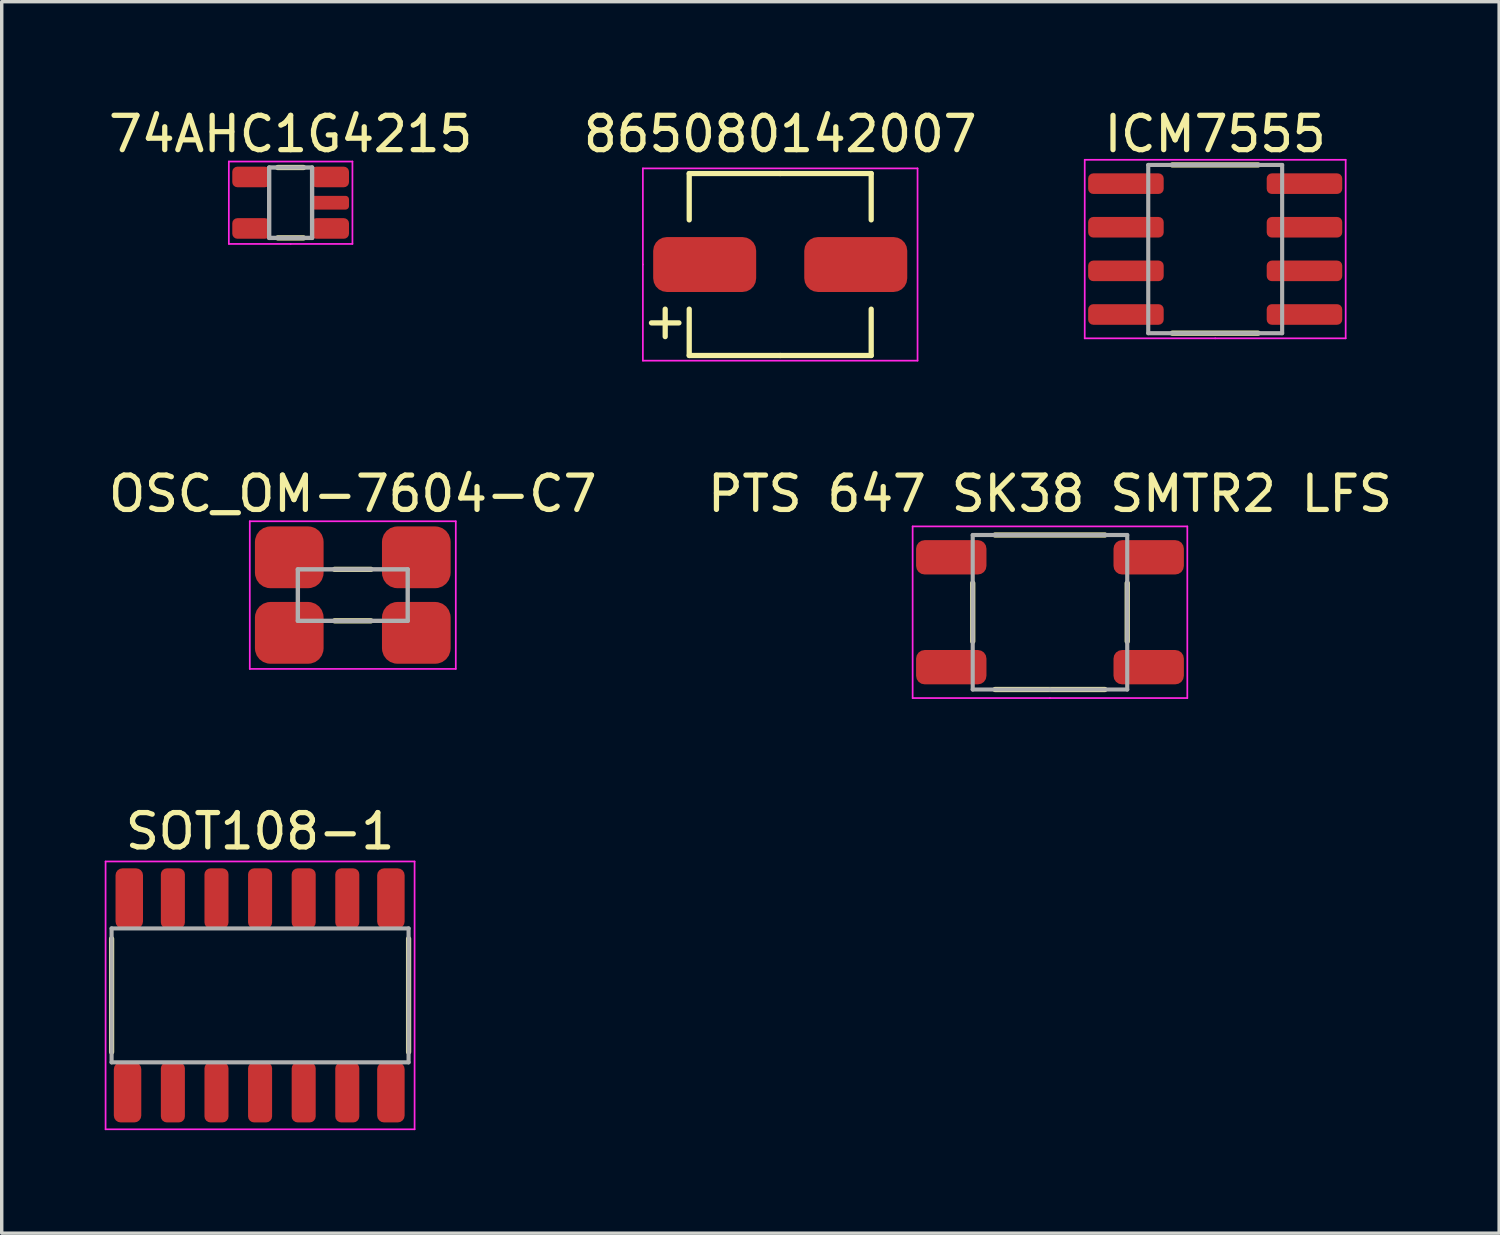
<source format=kicad_pcb>
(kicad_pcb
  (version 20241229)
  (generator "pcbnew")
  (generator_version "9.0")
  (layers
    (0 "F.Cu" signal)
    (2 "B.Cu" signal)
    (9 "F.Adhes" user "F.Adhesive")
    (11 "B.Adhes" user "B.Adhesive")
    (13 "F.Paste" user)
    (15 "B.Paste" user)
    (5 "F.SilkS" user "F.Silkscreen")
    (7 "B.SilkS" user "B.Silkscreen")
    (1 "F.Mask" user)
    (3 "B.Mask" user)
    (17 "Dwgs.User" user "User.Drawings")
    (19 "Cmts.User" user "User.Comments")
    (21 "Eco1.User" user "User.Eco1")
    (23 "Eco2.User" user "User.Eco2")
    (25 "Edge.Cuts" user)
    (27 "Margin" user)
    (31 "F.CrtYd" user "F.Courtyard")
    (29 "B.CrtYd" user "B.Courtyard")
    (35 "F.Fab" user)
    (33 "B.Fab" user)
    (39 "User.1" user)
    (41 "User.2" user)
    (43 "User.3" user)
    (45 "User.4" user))
  (footprint "74AHC1G4215"
    (layer "F.Cu")
    (at 5.415 2.854)
    (property "Reference" "74AHC1G4215" (at 0 -2 0) (layer "F.SilkS") (effects (font (size 1 1) (thickness 0.153))))
    (attr through_hole)
    (fp_line (start -0.375 -1.025) (end 0.375 -1.025) (stroke (width 0.153) (type solid)) (layer "F.SilkS"))
    (fp_line (start -0.375 1.025) (end 0.375 1.025) (stroke (width 0.153) (type solid)) (layer "F.SilkS"))
    (fp_line (start -1.8 -1.2) (end -1.8 1.2) (stroke (width 0.05) (type solid)) (layer "F.CrtYd"))
    (fp_line (start -1.8 1.2) (end 0 1.2) (stroke (width 0.05) (type solid)) (layer "F.CrtYd"))
    (fp_line (start 0 1.2) (end 1.8 1.2) (stroke (width 0.05) (type solid)) (layer "F.CrtYd"))
    (fp_line (start 1.8 -1.2) (end -1.8 -1.2) (stroke (width 0.05) (type solid)) (layer "F.CrtYd"))
    (fp_line (start 1.8 1.2) (end 1.8 -1.2) (stroke (width 0.05) (type solid)) (layer "F.CrtYd"))
    (fp_line (start -0.625 -1.025) (end -0.625 1.025) (stroke (width 0.127) (type solid)) (layer "F.Fab"))
    (fp_line (start -0.625 1.025) (end 0.625 1.025) (stroke (width 0.127) (type solid)) (layer "F.Fab"))
    (fp_line (start 0.625 -1.025) (end -0.625 -1.025) (stroke (width 0.127) (type solid)) (layer "F.Fab"))
    (fp_line (start 0.625 1.025) (end 0.625 -1.025) (stroke (width 0.127) (type solid)) (layer "F.Fab"))
    (pad "1" smd roundrect (at 1.15 0.75) (size 1.1 0.6) (layers "F.Cu" "F.Mask" "F.Paste") (roundrect_rratio 0.25))
    (pad "2" smd roundrect (at 1.15 0) (size 1.1 0.4) (layers "F.Cu" "F.Mask" "F.Paste") (roundrect_rratio 0.25))
    (pad "3" smd roundrect (at 1.15 -0.75) (size 1.1 0.6) (layers "F.Cu" "F.Mask" "F.Paste") (roundrect_rratio 0.25))
    (pad "4" smd roundrect (at -1.15 -0.75) (size 1.1 0.6) (layers "F.Cu" "F.Mask" "F.Paste") (roundrect_rratio 0.25))
    (pad "5" smd roundrect (at -1.15 0.75) (size 1.1 0.6) (layers "F.Cu" "F.Mask" "F.Paste") (roundrect_rratio 0.25)))
  (footprint "SOT108-1"
    (layer "F.Cu")
    (at 4.525 25.941)
    (property "Reference" "SOT108-1" (at 0 -4.78 0) (layer "F.SilkS") (effects (font (size 1 1) (thickness 0.153))))
    (attr through_hole)
    (fp_line (start -4.325 -1.65) (end -4.325 1.65) (stroke (width 0.153) (type solid)) (layer "F.SilkS"))
    (fp_line (start 4.325 -1.65) (end 4.325 1.65) (stroke (width 0.153) (type solid)) (layer "F.SilkS"))
    (fp_line (start -4.5 -3.9) (end -4.5 3.9) (stroke (width 0.05) (type solid)) (layer "F.CrtYd"))
    (fp_line (start -4.5 3.9) (end 4.5 3.9) (stroke (width 0.05) (type solid)) (layer "F.CrtYd"))
    (fp_line (start 4.5 -3.9) (end -4.5 -3.9) (stroke (width 0.05) (type solid)) (layer "F.CrtYd"))
    (fp_line (start 4.5 3.9) (end 4.5 -3.9) (stroke (width 0.05) (type solid)) (layer "F.CrtYd"))
    (fp_line (start -4.325 -1.95) (end -4.325 1.95) (stroke (width 0.12) (type solid)) (layer "F.Fab"))
    (fp_line (start -4.325 1.95) (end 4.325 1.95) (stroke (width 0.12) (type solid)) (layer "F.Fab"))
    (fp_line (start 4.325 -1.95) (end -4.325 -1.95) (stroke (width 0.12) (type solid)) (layer "F.Fab"))
    (fp_line (start 4.325 1.95) (end 4.325 -1.95) (stroke (width 0.12) (type solid)) (layer "F.Fab"))
    (pad "1" smd roundrect (at -3.86 2.825) (size 0.8 1.75) (layers "F.Cu" "F.Mask" "F.Paste") (roundrect_rratio 0.25))
    (pad "2" smd roundrect (at -2.54 2.825) (size 0.7 1.75) (layers "F.Cu" "F.Mask" "F.Paste") (roundrect_rratio 0.25))
    (pad "3" smd roundrect (at -1.27 2.825) (size 0.7 1.75) (layers "F.Cu" "F.Mask" "F.Paste") (roundrect_rratio 0.25))
    (pad "4" smd roundrect (at 0 2.825) (size 0.7 1.75) (layers "F.Cu" "F.Mask" "F.Paste") (roundrect_rratio 0.25))
    (pad "5" smd roundrect (at 1.27 2.825) (size 0.7 1.75) (layers "F.Cu" "F.Mask" "F.Paste") (roundrect_rratio 0.25))
    (pad "6" smd roundrect (at 2.54 2.825) (size 0.7 1.75) (layers "F.Cu" "F.Mask" "F.Paste") (roundrect_rratio 0.25))
    (pad "7" smd roundrect (at 3.81 2.825) (size 0.8 1.75) (layers "F.Cu" "F.Mask" "F.Paste") (roundrect_rratio 0.25))
    (pad "8" smd roundrect (at 3.81 -2.825) (size 0.8 1.75) (layers "F.Cu" "F.Mask" "F.Paste") (roundrect_rratio 0.25))
    (pad "9" smd roundrect (at 2.54 -2.825) (size 0.7 1.75) (layers "F.Cu" "F.Mask" "F.Paste") (roundrect_rratio 0.25))
    (pad "10" smd roundrect (at 1.27 -2.825) (size 0.7 1.75) (layers "F.Cu" "F.Mask" "F.Paste") (roundrect_rratio 0.25))
    (pad "11" smd roundrect (at 0 -2.825) (size 0.7 1.75) (layers "F.Cu" "F.Mask" "F.Paste") (roundrect_rratio 0.25))
    (pad "12" smd roundrect (at -1.27 -2.825) (size 0.7 1.75) (layers "F.Cu" "F.Mask" "F.Paste") (roundrect_rratio 0.25))
    (pad "13" smd roundrect (at -2.54 -2.825) (size 0.7 1.75) (layers "F.Cu" "F.Mask" "F.Paste") (roundrect_rratio 0.25))
    (pad "14" smd roundrect (at -3.81 -2.825) (size 0.8 1.75) (layers "F.Cu" "F.Mask" "F.Paste") (roundrect_rratio 0.25)))
  (footprint "865080142007"
    (layer "F.Cu")
    (at 19.674 4.654)
    (property "Reference" "865080142007" (at 0 -3.8 0) (layer "F.SilkS") (effects (font (size 1 1) (thickness 0.153))))
    (attr through_hole)
    (fp_line (start -3.75 1.7) (end -2.95 1.7) (stroke (width 0.153) (type solid)) (layer "F.SilkS"))
    (fp_line (start -3.35 1.3) (end -3.35 2.1) (stroke (width 0.153) (type solid)) (layer "F.SilkS"))
    (fp_line (start -2.65 -2.65) (end -2.65 -1.3) (stroke (width 0.153) (type solid)) (layer "F.SilkS"))
    (fp_line (start -2.65 2.65) (end -2.65 1.3) (stroke (width 0.153) (type solid)) (layer "F.SilkS"))
    (fp_line (start 0 -2.65) (end -2.65 -2.65) (stroke (width 0.153) (type solid)) (layer "F.SilkS"))
    (fp_line (start 0 -2.65) (end 2.65 -2.65) (stroke (width 0.153) (type solid)) (layer "F.SilkS"))
    (fp_line (start 0 2.65) (end -2.65 2.65) (stroke (width 0.153) (type solid)) (layer "F.SilkS"))
    (fp_line (start 0 2.65) (end 2.65 2.65) (stroke (width 0.153) (type solid)) (layer "F.SilkS"))
    (fp_line (start 2.65 -2.65) (end 2.65 -1.3) (stroke (width 0.153) (type solid)) (layer "F.SilkS"))
    (fp_line (start 2.65 2.65) (end 2.65 1.3) (stroke (width 0.153) (type solid)) (layer "F.SilkS"))
    (fp_line (start -4 -2.8) (end -4 0) (stroke (width 0.05) (type solid)) (layer "F.CrtYd"))
    (fp_line (start -4 0) (end -4 2.8) (stroke (width 0.05) (type solid)) (layer "F.CrtYd"))
    (fp_line (start -4 2.8) (end 4 2.8) (stroke (width 0.05) (type solid)) (layer "F.CrtYd"))
    (fp_line (start 4 -2.8) (end -4 -2.8) (stroke (width 0.05) (type solid)) (layer "F.CrtYd"))
    (fp_line (start 4 2.8) (end 4 -2.8) (stroke (width 0.05) (type solid)) (layer "F.CrtYd"))
    (pad "1" smd roundrect (at -2.2 0) (size 3 1.6) (layers "F.Cu" "F.Mask" "F.Paste") (roundrect_rratio 0.25))
    (pad "2" smd roundrect (at 2.2 0) (size 3 1.6) (layers "F.Cu" "F.Mask" "F.Paste") (roundrect_rratio 0.25)))
  (footprint "ICM7555"
    (layer "F.Cu")
    (at 32.343 4.204)
    (property "Reference" "ICM7555" (at 0 -3.35 0) (layer "F.SilkS") (effects (font (size 1 1) (thickness 0.153))))
    (attr through_hole)
    (fp_line (start -1.25 -2.45) (end 1.25 -2.45) (stroke (width 0.153) (type solid)) (layer "F.SilkS"))
    (fp_line (start -1.25 2.45) (end 1.25 2.45) (stroke (width 0.153) (type solid)) (layer "F.SilkS"))
    (fp_line (start -3.8 -2.6) (end -3.8 2.6) (stroke (width 0.05) (type solid)) (layer "F.CrtYd"))
    (fp_line (start -3.8 2.6) (end 0 2.6) (stroke (width 0.05) (type solid)) (layer "F.CrtYd"))
    (fp_line (start 0 2.6) (end 3.8 2.6) (stroke (width 0.05) (type solid)) (layer "F.CrtYd"))
    (fp_line (start 3.8 -2.6) (end -3.8 -2.6) (stroke (width 0.05) (type solid)) (layer "F.CrtYd"))
    (fp_line (start 3.8 2.6) (end 3.8 -2.6) (stroke (width 0.05) (type solid)) (layer "F.CrtYd"))
    (fp_line (start -1.95 -2.45) (end -1.95 2.45) (stroke (width 0.12) (type solid)) (layer "F.Fab"))
    (fp_line (start -1.95 2.45) (end 1.95 2.45) (stroke (width 0.12) (type solid)) (layer "F.Fab"))
    (fp_line (start 1.95 -2.45) (end -1.95 -2.45) (stroke (width 0.12) (type solid)) (layer "F.Fab"))
    (fp_line (start 1.95 2.45) (end 1.95 -2.45) (stroke (width 0.12) (type solid)) (layer "F.Fab"))
    (pad "1" smd roundrect (at -2.6 -1.905) (size 2.2 0.6) (layers "F.Cu" "F.Mask" "F.Paste") (roundrect_rratio 0.25))
    (pad "2" smd roundrect (at -2.6 -0.635) (size 2.2 0.6) (layers "F.Cu" "F.Mask" "F.Paste") (roundrect_rratio 0.25))
    (pad "3" smd roundrect (at -2.6 0.635) (size 2.2 0.6) (layers "F.Cu" "F.Mask" "F.Paste") (roundrect_rratio 0.25))
    (pad "4" smd roundrect (at -2.6 1.905) (size 2.2 0.6) (layers "F.Cu" "F.Mask" "F.Paste") (roundrect_rratio 0.25))
    (pad "5" smd roundrect (at 2.6 1.905) (size 2.2 0.6) (layers "F.Cu" "F.Mask" "F.Paste") (roundrect_rratio 0.25))
    (pad "6" smd roundrect (at 2.6 0.635) (size 2.2 0.6) (layers "F.Cu" "F.Mask" "F.Paste") (roundrect_rratio 0.25))
    (pad "7" smd roundrect (at 2.6 -0.635) (size 2.2 0.6) (layers "F.Cu" "F.Mask" "F.Paste") (roundrect_rratio 0.25))
    (pad "8" smd roundrect (at 2.6 -1.905) (size 2.2 0.6) (layers "F.Cu" "F.Mask" "F.Paste") (roundrect_rratio 0.25)))
  (footprint "PTS 647 SK38 SMTR2 LFS"
    (layer "F.Cu")
    (at 27.531 14.782)
    (property "Reference" "PTS 647 SK38 SMTR2 LFS" (at 0 -3.45 0) (layer "F.SilkS") (effects (font (size 1 1) (thickness 0.153))))
    (attr through_hole)
    (fp_line (start -2.25 -0.85) (end -2.25 0.85) (stroke (width 0.153) (type solid)) (layer "F.SilkS"))
    (fp_line (start -1.6 2.25) (end 1.6 2.25) (stroke (width 0.153) (type solid)) (layer "F.SilkS"))
    (fp_line (start 1.6 -2.25) (end -1.6 -2.25) (stroke (width 0.153) (type solid)) (layer "F.SilkS"))
    (fp_line (start 2.25 0.85) (end 2.25 -0.85) (stroke (width 0.153) (type solid)) (layer "F.SilkS"))
    (fp_line (start -4 -2.5) (end -4 2.5) (stroke (width 0.05) (type solid)) (layer "F.CrtYd"))
    (fp_line (start -4 2.5) (end 0 2.5) (stroke (width 0.05) (type solid)) (layer "F.CrtYd"))
    (fp_line (start 0 2.5) (end 4 2.5) (stroke (width 0.05) (type solid)) (layer "F.CrtYd"))
    (fp_line (start 4 -2.5) (end -4 -2.5) (stroke (width 0.05) (type solid)) (layer "F.CrtYd"))
    (fp_line (start 4 2.5) (end 4 -2.5) (stroke (width 0.05) (type solid)) (layer "F.CrtYd"))
    (fp_line (start -2.25 -2.25) (end -2.25 2.25) (stroke (width 0.12) (type solid)) (layer "F.Fab"))
    (fp_line (start -2.25 2.25) (end 0 2.25) (stroke (width 0.12) (type solid)) (layer "F.Fab"))
    (fp_line (start 0 2.25) (end 2.25 2.25) (stroke (width 0.12) (type solid)) (layer "F.Fab"))
    (fp_line (start 2.25 -2.25) (end -2.25 -2.25) (stroke (width 0.12) (type solid)) (layer "F.Fab"))
    (fp_line (start 2.25 2.25) (end 2.25 -2.25) (stroke (width 0.12) (type solid)) (layer "F.Fab"))
    (pad "" smd roundrect (at 2.875 -1.6) (size 2.05 1) (layers "F.Cu" "F.Mask" "F.Paste") (roundrect_rratio 0.25))
    (pad "" smd roundrect (at 2.875 1.6) (size 2.05 1) (layers "F.Cu" "F.Mask" "F.Paste") (roundrect_rratio 0.25))
    (pad "1" smd roundrect (at -2.875 -1.6) (size 2.05 1) (layers "F.Cu" "F.Mask" "F.Paste") (roundrect_rratio 0.25))
    (pad "2" smd roundrect (at -2.875 1.6) (size 2.05 1) (layers "F.Cu" "F.Mask" "F.Paste") (roundrect_rratio 0.25)))
  (footprint "OSC_OM-7604-C7"
    (layer "F.Cu")
    (at 7.225 14.282)
    (property "Reference" "OSC_OM-7604-C7" (at 0 -2.95 0) (layer "F.SilkS") (effects (font (size 1 1) (thickness 0.153))))
    (attr through_hole)
    (fp_line (start -0.53 -0.75) (end 0.53 -0.75) (stroke (width 0.153) (type solid)) (layer "F.SilkS"))
    (fp_line (start -0.53 0.75) (end 0.53 0.75) (stroke (width 0.153) (type solid)) (layer "F.SilkS"))
    (fp_line (start -3 -2.15) (end -3 2.15) (stroke (width 0.05) (type solid)) (layer "F.CrtYd"))
    (fp_line (start -3 2.15) (end 3 2.15) (stroke (width 0.05) (type solid)) (layer "F.CrtYd"))
    (fp_line (start 3 -2.15) (end -3 -2.15) (stroke (width 0.05) (type solid)) (layer "F.CrtYd"))
    (fp_line (start 3 2.15) (end 3 -2.15) (stroke (width 0.05) (type solid)) (layer "F.CrtYd"))
    (fp_line (start -1.6 -0.75) (end 1.6 -0.75) (stroke (width 0.127) (type solid)) (layer "F.Fab"))
    (fp_line (start -1.6 0.75) (end -1.6 -0.75) (stroke (width 0.127) (type solid)) (layer "F.Fab"))
    (fp_line (start 1.6 -0.75) (end 1.6 0.75) (stroke (width 0.127) (type solid)) (layer "F.Fab"))
    (fp_line (start 1.6 0.75) (end -1.6 0.75) (stroke (width 0.127) (type solid)) (layer "F.Fab"))
    (pad "1" smd roundrect (at -1.85 1.1) (size 2 1.8) (layers "F.Cu" "F.Mask" "F.Paste") (roundrect_rratio 0.25))
    (pad "2" smd roundrect (at 1.85 1.1) (size 2 1.8) (layers "F.Cu" "F.Mask" "F.Paste") (roundrect_rratio 0.25))
    (pad "3" smd roundrect (at 1.85 -1.1) (size 2 1.8) (layers "F.Cu" "F.Mask" "F.Paste") (roundrect_rratio 0.25))
    (pad "4" smd roundrect (at -1.85 -1.1) (size 2 1.8) (layers "F.Cu" "F.Mask" "F.Paste") (roundrect_rratio 0.25)))
  (gr_rect
    (start -3 -3)
    (end 40.613 32.866)
    (stroke (width 0.1) (type default))
    (fill no)
    (layer "Edge.Cuts")))
</source>
